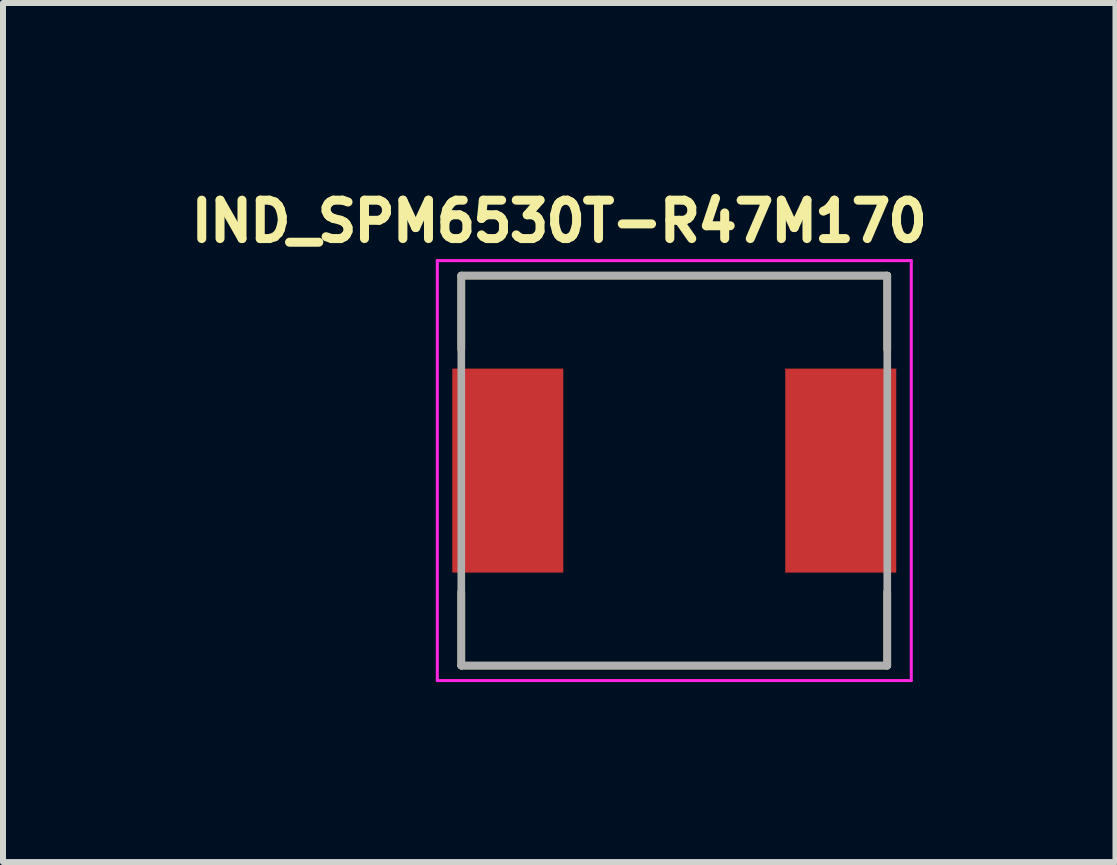
<source format=kicad_pcb>
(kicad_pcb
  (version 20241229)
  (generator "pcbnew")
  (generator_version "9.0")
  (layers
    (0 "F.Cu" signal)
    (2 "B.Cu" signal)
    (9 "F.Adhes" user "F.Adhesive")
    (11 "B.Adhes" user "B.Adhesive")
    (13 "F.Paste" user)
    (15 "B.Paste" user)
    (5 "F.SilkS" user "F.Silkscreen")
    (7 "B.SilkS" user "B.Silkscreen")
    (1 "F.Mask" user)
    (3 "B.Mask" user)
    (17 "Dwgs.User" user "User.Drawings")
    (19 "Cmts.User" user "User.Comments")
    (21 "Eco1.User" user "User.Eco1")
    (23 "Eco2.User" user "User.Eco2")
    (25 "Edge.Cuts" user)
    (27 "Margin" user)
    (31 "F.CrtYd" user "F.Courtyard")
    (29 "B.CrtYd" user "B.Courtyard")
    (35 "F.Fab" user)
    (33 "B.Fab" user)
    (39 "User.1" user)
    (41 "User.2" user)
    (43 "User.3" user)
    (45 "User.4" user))
  (footprint "IND_SPM6530T-R47M170"
    (layer "F.Cu")
    (at 8.189 4.794)
    (property "Reference" "IND_SPM6530T-R47M170" (at -1.918 -4.156 0) (layer "F.SilkS") (effects (font (size 0.64 0.64) (thickness 0.15))))
    (attr smd)
    (fp_line (start -3.55 -3.25) (end -3.55 -2.02) (stroke (width 0.127) (type solid)) (layer "F.SilkS"))
    (fp_line (start -3.55 -3.25) (end 3.55 -3.25) (stroke (width 0.127) (type solid)) (layer "F.SilkS"))
    (fp_line (start -3.55 3.25) (end -3.55 2.02) (stroke (width 0.127) (type solid)) (layer "F.SilkS"))
    (fp_line (start -3.55 3.25) (end 3.55 3.25) (stroke (width 0.127) (type solid)) (layer "F.SilkS"))
    (fp_line (start 3.55 -3.25) (end 3.55 -2.02) (stroke (width 0.127) (type solid)) (layer "F.SilkS"))
    (fp_line (start 3.55 3.25) (end 3.55 2.02) (stroke (width 0.127) (type solid)) (layer "F.SilkS"))
    (fp_line (start -3.95 -3.5) (end -3.95 3.5) (stroke (width 0.05) (type solid)) (layer "F.CrtYd"))
    (fp_line (start -3.95 3.5) (end 3.95 3.5) (stroke (width 0.05) (type solid)) (layer "F.CrtYd"))
    (fp_line (start 3.95 -3.5) (end -3.95 -3.5) (stroke (width 0.05) (type solid)) (layer "F.CrtYd"))
    (fp_line (start 3.95 3.5) (end 3.95 -3.5) (stroke (width 0.05) (type solid)) (layer "F.CrtYd"))
    (fp_line (start -3.55 -3.25) (end -3.55 3.25) (stroke (width 0.127) (type solid)) (layer "F.Fab"))
    (fp_line (start -3.55 -3.25) (end 3.55 -3.25) (stroke (width 0.127) (type solid)) (layer "F.Fab"))
    (fp_line (start -3.55 3.25) (end 3.55 3.25) (stroke (width 0.127) (type solid)) (layer "F.Fab"))
    (fp_line (start 3.55 -3.25) (end 3.55 3.25) (stroke (width 0.127) (type solid)) (layer "F.Fab"))
    (pad "1" smd rect (at -2.775 0) (size 1.85 3.4) (layers "F.Cu" "F.Mask" "F.Paste"))
    (pad "2" smd rect (at 2.775 0) (size 1.85 3.4) (layers "F.Cu" "F.Mask" "F.Paste")))
  (gr_rect
    (start -3 -3)
    (end 15.543 11.319)
    (stroke (width 0.1) (type default))
    (fill no)
    (layer "Edge.Cuts")))
</source>
